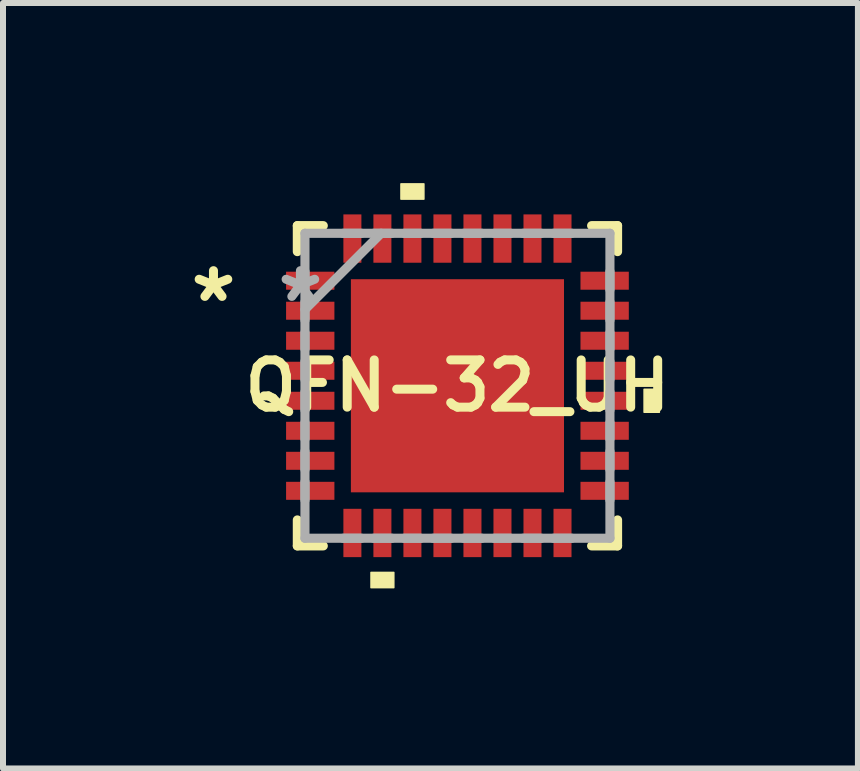
<source format=kicad_pcb>
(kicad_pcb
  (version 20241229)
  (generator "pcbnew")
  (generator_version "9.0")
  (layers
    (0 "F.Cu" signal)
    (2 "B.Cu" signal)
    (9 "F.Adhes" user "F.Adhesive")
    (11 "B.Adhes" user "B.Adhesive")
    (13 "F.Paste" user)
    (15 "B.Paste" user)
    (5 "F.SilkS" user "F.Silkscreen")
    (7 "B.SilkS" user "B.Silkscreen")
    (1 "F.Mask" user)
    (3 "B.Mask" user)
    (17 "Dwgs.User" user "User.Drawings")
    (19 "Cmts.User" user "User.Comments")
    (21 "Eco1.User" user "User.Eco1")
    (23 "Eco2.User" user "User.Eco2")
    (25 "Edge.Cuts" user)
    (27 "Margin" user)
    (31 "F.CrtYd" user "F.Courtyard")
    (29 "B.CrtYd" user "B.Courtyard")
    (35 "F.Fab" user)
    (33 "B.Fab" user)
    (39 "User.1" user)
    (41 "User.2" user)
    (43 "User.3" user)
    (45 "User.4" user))
  (footprint "QFN-32_UH"
    (layer "F.Cu")
    (at 4.57 3.376)
    (property "Reference" "QFN-32_UH" (at 0 0 0) (layer "F.SilkS") (effects (font (size 0.787 0.787) (thickness 0.15))))
    (attr smd)
    (fp_line (start -2.667 -2.667) (end -2.667 -2.235) (stroke (width 0.152) (type solid)) (layer "F.SilkS"))
    (fp_line (start -2.667 2.235) (end -2.667 2.667) (stroke (width 0.152) (type solid)) (layer "F.SilkS"))
    (fp_line (start -2.667 2.667) (end -2.235 2.667) (stroke (width 0.152) (type solid)) (layer "F.SilkS"))
    (fp_line (start -2.235 -2.667) (end -2.667 -2.667) (stroke (width 0.152) (type solid)) (layer "F.SilkS"))
    (fp_line (start 2.235 2.667) (end 2.667 2.667) (stroke (width 0.152) (type solid)) (layer "F.SilkS"))
    (fp_line (start 2.667 -2.667) (end 2.235 -2.667) (stroke (width 0.152) (type solid)) (layer "F.SilkS"))
    (fp_line (start 2.667 -2.235) (end 2.667 -2.667) (stroke (width 0.152) (type solid)) (layer "F.SilkS"))
    (fp_line (start 2.667 2.667) (end 2.667 2.235) (stroke (width 0.152) (type solid)) (layer "F.SilkS"))
    (fp_poly (pts (xy -1.44 3.109) (xy -1.44 3.363) (xy -1.06 3.363) (xy -1.06 3.109)) (stroke (width 0.025) (type solid)) (fill yes) (layer "F.SilkS"))
    (fp_poly (pts (xy -0.941 -3.109) (xy -0.941 -3.363) (xy -0.559 -3.363) (xy -0.559 -3.109)) (stroke (width 0.025) (type solid)) (fill yes) (layer "F.SilkS"))
    (fp_poly (pts (xy 3.363 0.059) (xy 3.363 0.441) (xy 3.109 0.441) (xy 3.109 0.059)) (stroke (width 0.025) (type solid)) (fill yes) (layer "F.SilkS"))
    (fp_poly (pts (xy -1.675 -1.675) (xy -1.675 -0.1) (xy -0.1 -0.1) (xy -0.1 -1.675)) (stroke (width 0.025) (type solid)) (fill yes) (layer "F.Paste"))
    (fp_poly (pts (xy -1.675 0.1) (xy -1.675 1.675) (xy -0.1 1.675) (xy -0.1 0.1)) (stroke (width 0.025) (type solid)) (fill yes) (layer "F.Paste"))
    (fp_poly (pts (xy 0.1 -1.675) (xy 0.1 -0.1) (xy 1.675 -0.1) (xy 1.675 -1.675)) (stroke (width 0.025) (type solid)) (fill yes) (layer "F.Paste"))
    (fp_poly (pts (xy 0.1 0.1) (xy 0.1 1.675) (xy 1.675 1.675) (xy 1.675 0.1)) (stroke (width 0.025) (type solid)) (fill yes) (layer "F.Paste"))
    (fp_line (start -2.54 -2.54) (end -2.54 2.54) (stroke (width 0.152) (type solid)) (layer "F.Fab"))
    (fp_line (start -2.54 -1.905) (end -2.54 -1.6) (stroke (width 0.152) (type solid)) (layer "F.Fab"))
    (fp_line (start -2.54 -1.397) (end -2.54 -1.092) (stroke (width 0.152) (type solid)) (layer "F.Fab"))
    (fp_line (start -2.54 -1.27) (end -1.27 -2.54) (stroke (width 0.152) (type solid)) (layer "F.Fab"))
    (fp_line (start -2.54 -0.889) (end -2.54 -0.61) (stroke (width 0.152) (type solid)) (layer "F.Fab"))
    (fp_line (start -2.54 -0.406) (end -2.54 -0.102) (stroke (width 0.152) (type solid)) (layer "F.Fab"))
    (fp_line (start -2.54 0.102) (end -2.54 0.406) (stroke (width 0.152) (type solid)) (layer "F.Fab"))
    (fp_line (start -2.54 0.61) (end -2.54 0.889) (stroke (width 0.152) (type solid)) (layer "F.Fab"))
    (fp_line (start -2.54 1.092) (end -2.54 1.397) (stroke (width 0.152) (type solid)) (layer "F.Fab"))
    (fp_line (start -2.54 1.6) (end -2.54 1.905) (stroke (width 0.152) (type solid)) (layer "F.Fab"))
    (fp_line (start -2.54 2.54) (end 2.54 2.54) (stroke (width 0.152) (type solid)) (layer "F.Fab"))
    (fp_line (start -1.905 2.54) (end -1.6 2.54) (stroke (width 0.152) (type solid)) (layer "F.Fab"))
    (fp_line (start -1.6 -2.54) (end -1.905 -2.54) (stroke (width 0.152) (type solid)) (layer "F.Fab"))
    (fp_line (start -1.397 2.54) (end -1.092 2.54) (stroke (width 0.152) (type solid)) (layer "F.Fab"))
    (fp_line (start -1.092 -2.54) (end -1.397 -2.54) (stroke (width 0.152) (type solid)) (layer "F.Fab"))
    (fp_line (start -0.889 2.54) (end -0.61 2.54) (stroke (width 0.152) (type solid)) (layer "F.Fab"))
    (fp_line (start -0.61 -2.54) (end -0.889 -2.54) (stroke (width 0.152) (type solid)) (layer "F.Fab"))
    (fp_line (start -0.406 2.54) (end -0.102 2.54) (stroke (width 0.152) (type solid)) (layer "F.Fab"))
    (fp_line (start -0.102 -2.54) (end -0.406 -2.54) (stroke (width 0.152) (type solid)) (layer "F.Fab"))
    (fp_line (start 0.102 2.54) (end 0.406 2.54) (stroke (width 0.152) (type solid)) (layer "F.Fab"))
    (fp_line (start 0.406 -2.54) (end 0.102 -2.54) (stroke (width 0.152) (type solid)) (layer "F.Fab"))
    (fp_line (start 0.61 2.54) (end 0.889 2.54) (stroke (width 0.152) (type solid)) (layer "F.Fab"))
    (fp_line (start 0.889 -2.54) (end 0.61 -2.54) (stroke (width 0.152) (type solid)) (layer "F.Fab"))
    (fp_line (start 1.092 2.54) (end 1.397 2.54) (stroke (width 0.152) (type solid)) (layer "F.Fab"))
    (fp_line (start 1.397 -2.54) (end 1.092 -2.54) (stroke (width 0.152) (type solid)) (layer "F.Fab"))
    (fp_line (start 1.6 2.54) (end 1.905 2.54) (stroke (width 0.152) (type solid)) (layer "F.Fab"))
    (fp_line (start 1.905 -2.54) (end 1.6 -2.54) (stroke (width 0.152) (type solid)) (layer "F.Fab"))
    (fp_line (start 2.54 -2.54) (end -2.54 -2.54) (stroke (width 0.152) (type solid)) (layer "F.Fab"))
    (fp_line (start 2.54 -1.6) (end 2.54 -1.905) (stroke (width 0.152) (type solid)) (layer "F.Fab"))
    (fp_line (start 2.54 -1.092) (end 2.54 -1.397) (stroke (width 0.152) (type solid)) (layer "F.Fab"))
    (fp_line (start 2.54 -0.61) (end 2.54 -0.889) (stroke (width 0.152) (type solid)) (layer "F.Fab"))
    (fp_line (start 2.54 -0.102) (end 2.54 -0.406) (stroke (width 0.152) (type solid)) (layer "F.Fab"))
    (fp_line (start 2.54 0.406) (end 2.54 0.102) (stroke (width 0.152) (type solid)) (layer "F.Fab"))
    (fp_line (start 2.54 0.889) (end 2.54 0.61) (stroke (width 0.152) (type solid)) (layer "F.Fab"))
    (fp_line (start 2.54 1.397) (end 2.54 1.092) (stroke (width 0.152) (type solid)) (layer "F.Fab"))
    (fp_line (start 2.54 1.905) (end 2.54 1.6) (stroke (width 0.152) (type solid)) (layer "F.Fab"))
    (fp_line (start 2.54 2.54) (end 2.54 -2.54) (stroke (width 0.152) (type solid)) (layer "F.Fab"))
    (fp_text user "*" (at -4.064 -1.372 0) (layer "F.SilkS") (effects (font (size 1 1) (thickness 0.15))))
    (fp_text user "*" (at -2.616 -1.372 0) (layer "F.Fab") (effects (font (size 1 1) (thickness 0.15))))
    (pad "1" smd rect (at -2.452 -1.75) (size 0.805 0.3) (layers "F.Cu" "F.Mask" "F.Paste"))
    (pad "2" smd rect (at -2.452 -1.25) (size 0.805 0.3) (layers "F.Cu" "F.Mask" "F.Paste"))
    (pad "3" smd rect (at -2.452 -0.75) (size 0.805 0.3) (layers "F.Cu" "F.Mask" "F.Paste"))
    (pad "4" smd rect (at -2.452 -0.25) (size 0.805 0.3) (layers "F.Cu" "F.Mask" "F.Paste"))
    (pad "5" smd rect (at -2.452 0.25) (size 0.805 0.3) (layers "F.Cu" "F.Mask" "F.Paste"))
    (pad "6" smd rect (at -2.452 0.75) (size 0.805 0.3) (layers "F.Cu" "F.Mask" "F.Paste"))
    (pad "7" smd rect (at -2.452 1.25) (size 0.805 0.3) (layers "F.Cu" "F.Mask" "F.Paste"))
    (pad "8" smd rect (at -2.452 1.75) (size 0.805 0.3) (layers "F.Cu" "F.Mask" "F.Paste"))
    (pad "9" smd rect (at -1.75 2.452) (size 0.3 0.805) (layers "F.Cu" "F.Mask" "F.Paste"))
    (pad "10" smd rect (at -1.25 2.452) (size 0.3 0.805) (layers "F.Cu" "F.Mask" "F.Paste"))
    (pad "11" smd rect (at -0.75 2.452) (size 0.3 0.805) (layers "F.Cu" "F.Mask" "F.Paste"))
    (pad "12" smd rect (at -0.25 2.452) (size 0.3 0.805) (layers "F.Cu" "F.Mask" "F.Paste"))
    (pad "13" smd rect (at 0.25 2.452) (size 0.3 0.805) (layers "F.Cu" "F.Mask" "F.Paste"))
    (pad "14" smd rect (at 0.75 2.452) (size 0.3 0.805) (layers "F.Cu" "F.Mask" "F.Paste"))
    (pad "15" smd rect (at 1.25 2.452) (size 0.3 0.805) (layers "F.Cu" "F.Mask" "F.Paste"))
    (pad "16" smd rect (at 1.75 2.452) (size 0.3 0.805) (layers "F.Cu" "F.Mask" "F.Paste"))
    (pad "17" smd rect (at 2.452 1.75) (size 0.805 0.3) (layers "F.Cu" "F.Mask" "F.Paste"))
    (pad "18" smd rect (at 2.452 1.25) (size 0.805 0.3) (layers "F.Cu" "F.Mask" "F.Paste"))
    (pad "19" smd rect (at 2.452 0.75) (size 0.805 0.3) (layers "F.Cu" "F.Mask" "F.Paste"))
    (pad "20" smd rect (at 2.452 0.25) (size 0.805 0.3) (layers "F.Cu" "F.Mask" "F.Paste"))
    (pad "21" smd rect (at 2.452 -0.25) (size 0.805 0.3) (layers "F.Cu" "F.Mask" "F.Paste"))
    (pad "22" smd rect (at 2.452 -0.75) (size 0.805 0.3) (layers "F.Cu" "F.Mask" "F.Paste"))
    (pad "23" smd rect (at 2.452 -1.25) (size 0.805 0.3) (layers "F.Cu" "F.Mask" "F.Paste"))
    (pad "24" smd rect (at 2.452 -1.75) (size 0.805 0.3) (layers "F.Cu" "F.Mask" "F.Paste"))
    (pad "25" smd rect (at 1.75 -2.452) (size 0.3 0.805) (layers "F.Cu" "F.Mask" "F.Paste"))
    (pad "26" smd rect (at 1.25 -2.452) (size 0.3 0.805) (layers "F.Cu" "F.Mask" "F.Paste"))
    (pad "27" smd rect (at 0.75 -2.452) (size 0.3 0.805) (layers "F.Cu" "F.Mask" "F.Paste"))
    (pad "28" smd rect (at 0.25 -2.452) (size 0.3 0.805) (layers "F.Cu" "F.Mask" "F.Paste"))
    (pad "29" smd rect (at -0.25 -2.452) (size 0.3 0.805) (layers "F.Cu" "F.Mask" "F.Paste"))
    (pad "30" smd rect (at -0.75 -2.452) (size 0.3 0.805) (layers "F.Cu" "F.Mask" "F.Paste"))
    (pad "31" smd rect (at -1.25 -2.452) (size 0.3 0.805) (layers "F.Cu" "F.Mask" "F.Paste"))
    (pad "32" smd rect (at -1.75 -2.452) (size 0.3 0.805) (layers "F.Cu" "F.Mask" "F.Paste"))
    (pad "33" smd rect (at 0 0) (size 3.55 3.55) (layers "F.Cu" "F.Mask")))
  (gr_rect
    (start -3 -3)
    (end 11.241 9.751)
    (stroke (width 0.1) (type default))
    (fill no)
    (layer "Edge.Cuts")))
</source>
